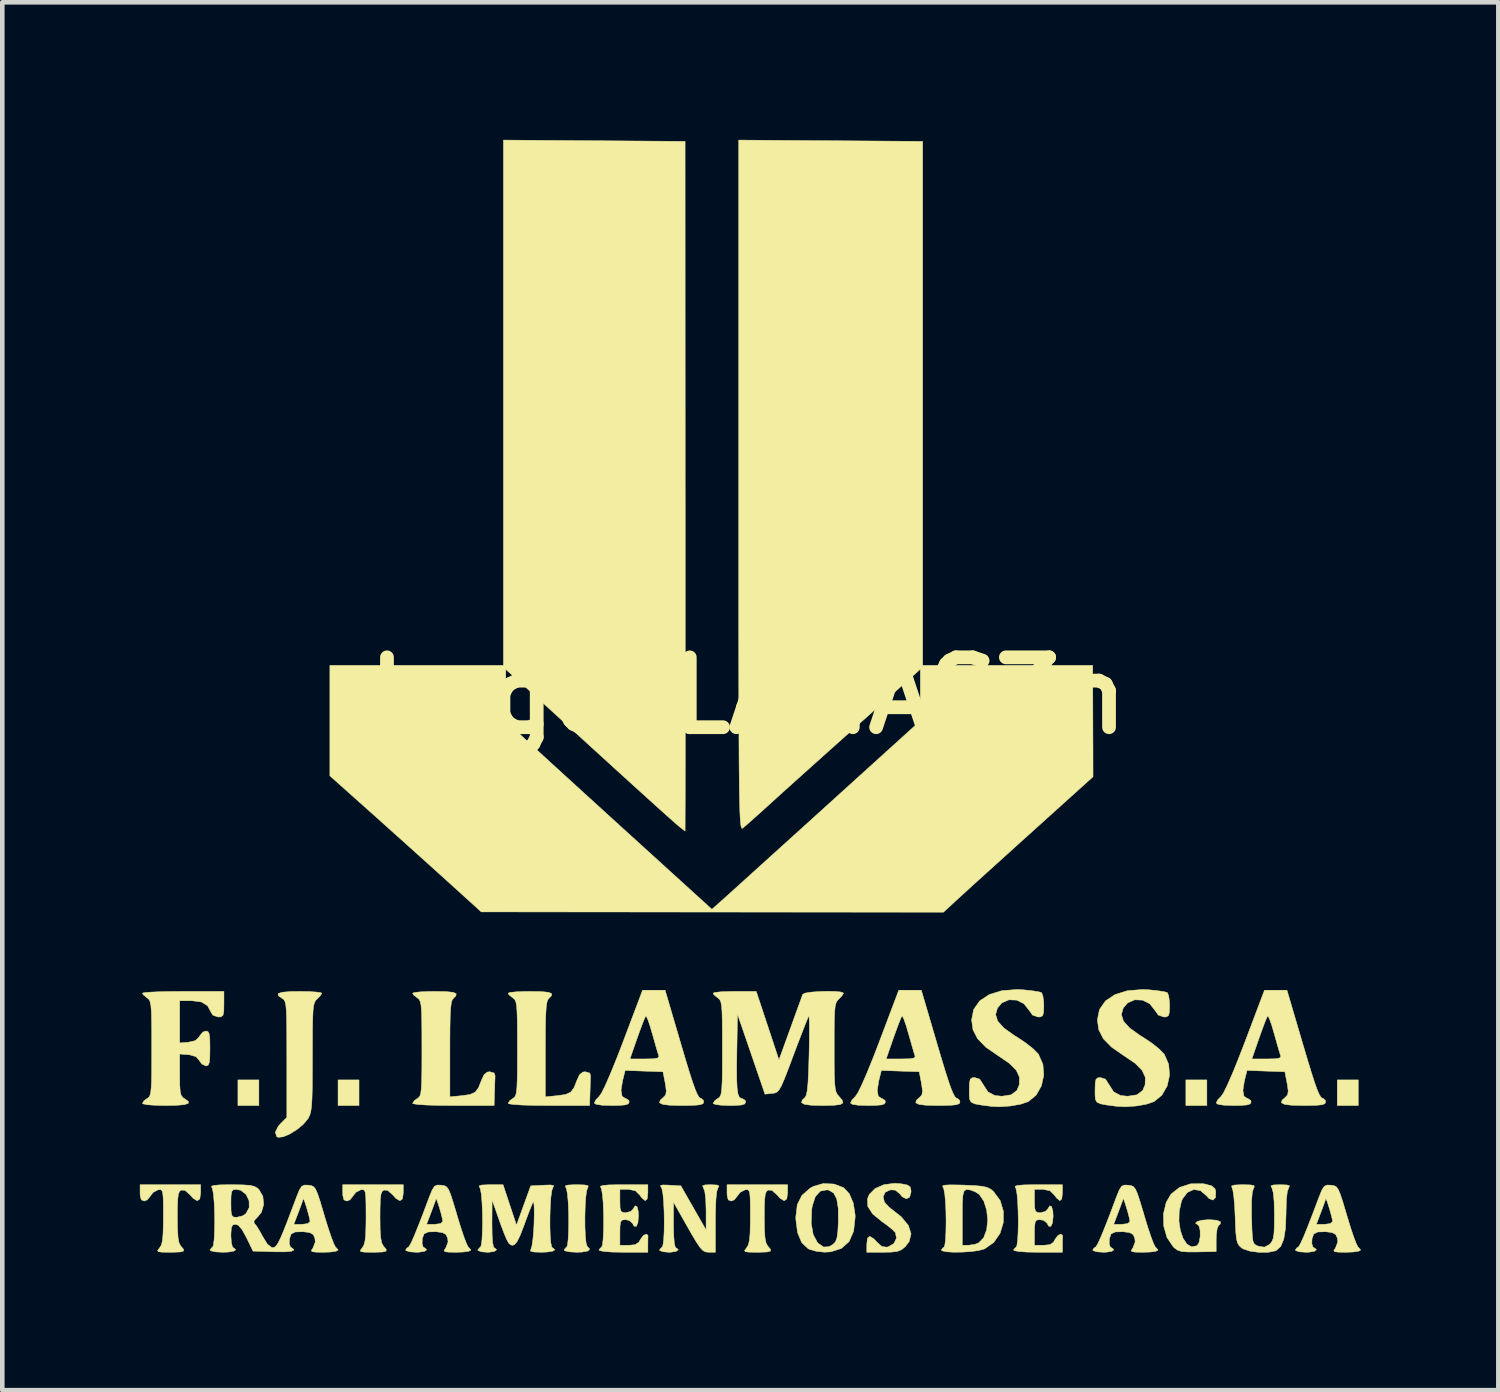
<source format=kicad_pcb>
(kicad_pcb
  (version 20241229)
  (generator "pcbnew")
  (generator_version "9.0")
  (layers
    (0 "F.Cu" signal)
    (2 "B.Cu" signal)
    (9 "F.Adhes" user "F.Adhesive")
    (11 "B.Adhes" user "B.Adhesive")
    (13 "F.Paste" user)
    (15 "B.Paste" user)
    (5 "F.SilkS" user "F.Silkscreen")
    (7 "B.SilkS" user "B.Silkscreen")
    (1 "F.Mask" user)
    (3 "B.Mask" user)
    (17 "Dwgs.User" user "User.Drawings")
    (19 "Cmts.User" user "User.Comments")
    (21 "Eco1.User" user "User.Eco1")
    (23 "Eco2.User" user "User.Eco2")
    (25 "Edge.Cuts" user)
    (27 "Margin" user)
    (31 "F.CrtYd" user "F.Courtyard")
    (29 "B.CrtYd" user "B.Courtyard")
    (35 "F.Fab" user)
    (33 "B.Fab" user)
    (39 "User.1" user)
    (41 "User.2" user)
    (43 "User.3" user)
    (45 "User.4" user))
  (footprint "LogoLLAMAS3n"
    (layer "F.Cu")
    (at 13.264 12.121)
    (property "Reference" "LogoLLAMAS3n" (at 0 0 0) (layer "F.SilkS") (effects (font (size 1.524 1.524) (thickness 0.3))))
    (attr through_hole)
    (fp_poly (pts (xy -10.668 8.941) (xy -11.125 8.941) (xy -11.125 8.382) (xy -10.668 8.382) (xy -10.668 8.941)) (stroke (width 0.01) (type solid)) (fill yes) (layer "F.SilkS"))
    (fp_poly (pts (xy -8.484 8.941) (xy -8.941 8.941) (xy -8.941 8.382) (xy -8.484 8.382) (xy -8.484 8.941)) (stroke (width 0.01) (type solid)) (fill yes) (layer "F.SilkS"))
    (fp_poly (pts (xy 10.008 8.941) (xy 9.55 8.941) (xy 9.55 8.382) (xy 10.008 8.382) (xy 10.008 8.941)) (stroke (width 0.01) (type solid)) (fill yes) (layer "F.SilkS"))
    (fp_poly (pts (xy 13.31 8.941) (xy 12.852 8.941) (xy 12.852 8.382) (xy 13.31 8.382) (xy 13.31 8.941)) (stroke (width 0.01) (type solid)) (fill yes) (layer "F.SilkS"))
    (fp_poly (pts (xy -3.568 10.672) (xy -3.49 10.688) (xy -3.486 10.718) (xy -3.495 10.729) (xy -3.52 10.802) (xy -3.539 10.95) (xy -3.551 11.146) (xy -3.557 11.368) (xy -3.556 11.59) (xy -3.547 11.787) (xy -3.532 11.936) (xy -3.509 12.011) (xy -3.505 12.014) (xy -3.452 12.071) (xy -3.493 12.114) (xy -3.622 12.137) (xy -3.734 12.141) (xy -3.887 12.133) (xy -3.988 12.111) (xy -4.013 12.09) (xy -3.975 12.041) (xy -3.962 12.04) (xy -3.939 11.993) (xy -3.923 11.868) (xy -3.913 11.687) (xy -3.91 11.474) (xy -3.913 11.251) (xy -3.922 11.043) (xy -3.938 10.87) (xy -3.959 10.757) (xy -3.973 10.729) (xy -3.986 10.694) (xy -3.928 10.675) (xy -3.787 10.668) (xy -3.734 10.668) (xy -3.568 10.672)) (stroke (width 0.01) (type solid)) (fill yes) (layer "F.SilkS"))
    (fp_poly (pts (xy 1.878 10.653) (xy 2.085 10.732) (xy 2.21 10.865) (xy 2.297 11.07) (xy 2.336 11.324) (xy 2.337 11.376) (xy 2.304 11.68) (xy 2.205 11.907) (xy 2.039 12.057) (xy 1.807 12.131) (xy 1.666 12.139) (xy 1.494 12.121) (xy 1.342 12.078) (xy 1.315 12.065) (xy 1.172 11.931) (xy 1.081 11.715) (xy 1.055 11.511) (xy 1.379 11.511) (xy 1.422 11.754) (xy 1.513 11.926) (xy 1.527 11.941) (xy 1.649 12.027) (xy 1.769 12.019) (xy 1.857 11.967) (xy 1.908 11.913) (xy 1.94 11.826) (xy 1.96 11.682) (xy 1.97 11.472) (xy 1.968 11.181) (xy 1.935 10.977) (xy 1.868 10.849) (xy 1.763 10.787) (xy 1.723 10.78) (xy 1.577 10.808) (xy 1.469 10.927) (xy 1.401 11.134) (xy 1.389 11.215) (xy 1.379 11.511) (xy 1.055 11.511) (xy 1.044 11.427) (xy 1.043 11.368) (xy 1.075 11.101) (xy 1.176 10.9) (xy 1.355 10.744) (xy 1.426 10.704) (xy 1.641 10.642) (xy 1.878 10.653)) (stroke (width 0.01) (type solid)) (fill yes) (layer "F.SilkS"))
    (fp_poly (pts (xy -11.938 10.846) (xy -11.957 10.979) (xy -12.013 11.018) (xy -12.103 10.962) (xy -12.169 10.888) (xy -12.28 10.79) (xy -12.362 10.785) (xy -12.399 10.813) (xy -12.424 10.876) (xy -12.438 10.992) (xy -12.445 11.178) (xy -12.446 11.374) (xy -12.442 11.641) (xy -12.43 11.824) (xy -12.408 11.939) (xy -12.373 12.004) (xy -12.37 12.007) (xy -12.311 12.075) (xy -12.313 12.116) (xy -12.388 12.135) (xy -12.548 12.141) (xy -12.606 12.141) (xy -12.775 12.139) (xy -12.86 12.129) (xy -12.877 12.104) (xy -12.843 12.057) (xy -12.835 12.048) (xy -12.797 11.988) (xy -12.772 11.893) (xy -12.758 11.745) (xy -12.752 11.524) (xy -12.751 11.359) (xy -12.751 11.106) (xy -12.756 10.937) (xy -12.767 10.837) (xy -12.788 10.788) (xy -12.822 10.775) (xy -12.865 10.779) (xy -12.974 10.835) (xy -13.03 10.909) (xy -13.101 10.998) (xy -13.169 11.024) (xy -13.232 10.998) (xy -13.257 10.905) (xy -13.259 10.846) (xy -13.259 10.668) (xy -11.938 10.668) (xy -11.938 10.846)) (stroke (width 0.01) (type solid)) (fill yes) (layer "F.SilkS"))
    (fp_poly (pts (xy -9.572 6.455) (xy -9.409 6.466) (xy -9.313 6.481) (xy -9.296 6.491) (xy -9.331 6.55) (xy -9.398 6.618) (xy -9.43 6.65) (xy -9.455 6.695) (xy -9.473 6.764) (xy -9.486 6.871) (xy -9.493 7.029) (xy -9.498 7.251) (xy -9.499 7.55) (xy -9.5 7.886) (xy -9.501 8.268) (xy -9.503 8.562) (xy -9.509 8.781) (xy -9.518 8.941) (xy -9.533 9.055) (xy -9.553 9.136) (xy -9.581 9.199) (xy -9.596 9.226) (xy -9.698 9.349) (xy -9.839 9.466) (xy -9.994 9.562) (xy -10.139 9.623) (xy -10.247 9.635) (xy -10.278 9.619) (xy -10.31 9.523) (xy -10.247 9.396) (xy -10.185 9.326) (xy -10.058 9.199) (xy -10.058 7.929) (xy -10.059 7.537) (xy -10.06 7.234) (xy -10.064 7.008) (xy -10.071 6.848) (xy -10.082 6.74) (xy -10.099 6.672) (xy -10.121 6.633) (xy -10.15 6.61) (xy -10.16 6.604) (xy -10.247 6.543) (xy -10.246 6.498) (xy -10.153 6.469) (xy -9.965 6.454) (xy -9.779 6.452) (xy -9.572 6.455)) (stroke (width 0.01) (type solid)) (fill yes) (layer "F.SilkS"))
    (fp_poly (pts (xy -7.518 10.846) (xy -7.537 10.979) (xy -7.593 11.018) (xy -7.684 10.962) (xy -7.75 10.888) (xy -7.86 10.79) (xy -7.942 10.785) (xy -7.98 10.813) (xy -8.005 10.876) (xy -8.019 10.992) (xy -8.025 11.178) (xy -8.026 11.374) (xy -8.023 11.641) (xy -8.011 11.824) (xy -7.988 11.939) (xy -7.953 12.004) (xy -7.95 12.007) (xy -7.892 12.075) (xy -7.893 12.116) (xy -7.968 12.135) (xy -8.128 12.141) (xy -8.187 12.141) (xy -8.356 12.139) (xy -8.44 12.129) (xy -8.457 12.104) (xy -8.423 12.057) (xy -8.415 12.048) (xy -8.378 11.988) (xy -8.353 11.893) (xy -8.338 11.745) (xy -8.332 11.524) (xy -8.331 11.359) (xy -8.332 11.106) (xy -8.336 10.937) (xy -8.347 10.837) (xy -8.368 10.788) (xy -8.402 10.775) (xy -8.445 10.779) (xy -8.554 10.835) (xy -8.61 10.909) (xy -8.682 10.998) (xy -8.75 11.024) (xy -8.813 10.998) (xy -8.837 10.905) (xy -8.839 10.846) (xy -8.839 10.668) (xy -7.518 10.668) (xy -7.518 10.846)) (stroke (width 0.01) (type solid)) (fill yes) (layer "F.SilkS"))
    (fp_poly (pts (xy 0.864 10.846) (xy 0.845 10.979) (xy 0.789 11.018) (xy 0.698 10.962) (xy 0.632 10.888) (xy 0.522 10.79) (xy 0.44 10.785) (xy 0.402 10.813) (xy 0.377 10.876) (xy 0.363 10.992) (xy 0.357 11.178) (xy 0.356 11.374) (xy 0.359 11.641) (xy 0.371 11.824) (xy 0.394 11.939) (xy 0.429 12.004) (xy 0.432 12.007) (xy 0.49 12.075) (xy 0.489 12.116) (xy 0.414 12.135) (xy 0.254 12.141) (xy 0.195 12.141) (xy 0.026 12.139) (xy -0.058 12.129) (xy -0.075 12.104) (xy -0.041 12.057) (xy -0.033 12.048) (xy 0.004 11.988) (xy 0.029 11.893) (xy 0.044 11.745) (xy 0.05 11.524) (xy 0.051 11.359) (xy 0.05 11.106) (xy 0.046 10.937) (xy 0.035 10.837) (xy 0.014 10.788) (xy -0.02 10.775) (xy -0.064 10.779) (xy -0.172 10.835) (xy -0.228 10.909) (xy -0.3 10.998) (xy -0.368 11.024) (xy -0.431 10.998) (xy -0.455 10.905) (xy -0.457 10.846) (xy -0.457 10.668) (xy 0.864 10.668) (xy 0.864 10.846)) (stroke (width 0.01) (type solid)) (fill yes) (layer "F.SilkS"))
    (fp_poly (pts (xy 3.337 10.647) (xy 3.474 10.674) (xy 3.538 10.716) (xy 3.555 10.795) (xy 3.556 10.826) (xy 3.525 10.94) (xy 3.451 10.975) (xy 3.359 10.927) (xy 3.312 10.868) (xy 3.213 10.786) (xy 3.109 10.779) (xy 2.994 10.83) (xy 2.948 10.928) (xy 2.974 11.046) (xy 3.075 11.156) (xy 3.078 11.159) (xy 3.338 11.363) (xy 3.498 11.556) (xy 3.556 11.738) (xy 3.515 11.908) (xy 3.431 12.017) (xy 3.351 12.084) (xy 3.258 12.122) (xy 3.122 12.138) (xy 2.949 12.141) (xy 2.591 12.141) (xy 2.591 11.963) (xy 2.607 11.832) (xy 2.657 11.794) (xy 2.746 11.849) (xy 2.813 11.92) (xy 2.916 12.013) (xy 3.019 12.03) (xy 3.061 12.022) (xy 3.181 11.951) (xy 3.238 11.835) (xy 3.216 11.715) (xy 3.153 11.648) (xy 3.034 11.552) (xy 2.922 11.472) (xy 2.718 11.305) (xy 2.613 11.141) (xy 2.606 10.976) (xy 2.645 10.88) (xy 2.771 10.752) (xy 2.964 10.667) (xy 3.196 10.637) (xy 3.337 10.647)) (stroke (width 0.01) (type solid)) (fill yes) (layer "F.SilkS"))
    (fp_poly (pts (xy -0.679 10.674) (xy -0.632 10.695) (xy -0.65 10.729) (xy -0.68 10.809) (xy -0.699 10.982) (xy -0.709 11.251) (xy -0.711 11.466) (xy -0.711 12.141) (xy -0.859 12.141) (xy -0.925 12.134) (xy -0.984 12.103) (xy -1.049 12.033) (xy -1.132 11.909) (xy -1.245 11.718) (xy -1.315 11.595) (xy -1.624 11.049) (xy -1.625 11.544) (xy -1.62 11.777) (xy -1.607 11.944) (xy -1.586 12.031) (xy -1.575 12.04) (xy -1.525 12.078) (xy -1.524 12.09) (xy -1.569 12.122) (xy -1.682 12.14) (xy -1.727 12.141) (xy -1.854 12.13) (xy -1.925 12.102) (xy -1.93 12.09) (xy -1.892 12.041) (xy -1.88 12.04) (xy -1.856 11.993) (xy -1.839 11.868) (xy -1.829 11.687) (xy -1.827 11.474) (xy -1.83 11.251) (xy -1.84 11.042) (xy -1.856 10.869) (xy -1.878 10.755) (xy -1.892 10.726) (xy -1.912 10.689) (xy -1.863 10.673) (xy -1.729 10.676) (xy -1.71 10.678) (xy -1.464 10.693) (xy -0.914 11.655) (xy -0.914 11.222) (xy -0.922 10.982) (xy -0.943 10.812) (xy -0.975 10.729) (xy -0.992 10.691) (xy -0.934 10.672) (xy -0.813 10.668) (xy -0.679 10.674)) (stroke (width 0.01) (type solid)) (fill yes) (layer "F.SilkS"))
    (fp_poly (pts (xy 9.972 10.654) (xy 10.115 10.694) (xy 10.184 10.753) (xy 10.202 10.815) (xy 10.196 10.949) (xy 10.14 11.003) (xy 10.054 10.969) (xy 10 10.909) (xy 9.868 10.796) (xy 9.722 10.773) (xy 9.584 10.835) (xy 9.476 10.977) (xy 9.454 11.03) (xy 9.405 11.245) (xy 9.399 11.463) (xy 9.43 11.667) (xy 9.49 11.84) (xy 9.575 11.965) (xy 9.678 12.023) (xy 9.792 11.998) (xy 9.797 11.995) (xy 9.84 11.922) (xy 9.862 11.799) (xy 9.861 11.668) (xy 9.836 11.569) (xy 9.809 11.542) (xy 9.76 11.507) (xy 9.795 11.471) (xy 9.895 11.443) (xy 10.043 11.43) (xy 10.061 11.43) (xy 10.225 11.443) (xy 10.307 11.477) (xy 10.299 11.528) (xy 10.262 11.557) (xy 10.233 11.622) (xy 10.215 11.754) (xy 10.211 11.857) (xy 10.211 12.126) (xy 9.802 12.134) (xy 9.593 12.134) (xy 9.457 12.124) (xy 9.367 12.095) (xy 9.296 12.043) (xy 9.273 12.02) (xy 9.138 11.819) (xy 9.067 11.57) (xy 9.061 11.304) (xy 9.121 11.052) (xy 9.227 10.872) (xy 9.413 10.726) (xy 9.654 10.648) (xy 9.923 10.646) (xy 9.972 10.654)) (stroke (width 0.01) (type solid)) (fill yes) (layer "F.SilkS"))
    (fp_poly (pts (xy 4.589 10.673) (xy 4.708 10.676) (xy 4.948 10.687) (xy 5.111 10.702) (xy 5.219 10.727) (xy 5.296 10.767) (xy 5.354 10.815) (xy 5.501 11.015) (xy 5.571 11.25) (xy 5.568 11.496) (xy 5.497 11.729) (xy 5.36 11.927) (xy 5.163 12.065) (xy 5.149 12.071) (xy 5.029 12.103) (xy 4.861 12.126) (xy 4.671 12.138) (xy 4.486 12.14) (xy 4.332 12.131) (xy 4.236 12.11) (xy 4.216 12.09) (xy 4.255 12.041) (xy 4.267 12.04) (xy 4.291 11.993) (xy 4.308 11.868) (xy 4.317 11.687) (xy 4.32 11.474) (xy 4.319 11.379) (xy 4.674 11.379) (xy 4.674 11.989) (xy 4.804 11.989) (xy 4.943 11.969) (xy 5.027 11.939) (xy 5.139 11.826) (xy 5.205 11.651) (xy 5.227 11.442) (xy 5.206 11.225) (xy 5.145 11.029) (xy 5.045 10.881) (xy 4.952 10.82) (xy 4.839 10.78) (xy 4.762 10.771) (xy 4.713 10.806) (xy 4.687 10.899) (xy 4.676 11.064) (xy 4.674 11.314) (xy 4.674 11.379) (xy 4.319 11.379) (xy 4.317 11.251) (xy 4.307 11.041) (xy 4.291 10.868) (xy 4.269 10.754) (xy 4.255 10.725) (xy 4.243 10.695) (xy 4.285 10.678) (xy 4.397 10.671) (xy 4.589 10.673)) (stroke (width 0.01) (type solid)) (fill yes) (layer "F.SilkS"))
    (fp_poly (pts (xy -6.587 6.456) (xy -6.435 6.471) (xy -6.365 6.5) (xy -6.37 6.547) (xy -6.426 6.604) (xy -6.453 6.641) (xy -6.472 6.712) (xy -6.486 6.829) (xy -6.495 7.004) (xy -6.5 7.252) (xy -6.502 7.584) (xy -6.502 7.709) (xy -6.502 8.751) (xy -6.245 8.726) (xy -6.063 8.7) (xy -5.95 8.649) (xy -5.877 8.551) (xy -5.818 8.401) (xy -5.757 8.267) (xy -5.685 8.211) (xy -5.631 8.204) (xy -5.535 8.232) (xy -5.516 8.293) (xy -5.52 8.393) (xy -5.525 8.551) (xy -5.529 8.661) (xy -5.537 8.941) (xy -6.426 8.941) (xy -6.751 8.938) (xy -7.012 8.93) (xy -7.198 8.918) (xy -7.3 8.902) (xy -7.315 8.892) (xy -7.276 8.832) (xy -7.214 8.788) (xy -7.179 8.765) (xy -7.154 8.728) (xy -7.136 8.663) (xy -7.124 8.557) (xy -7.117 8.396) (xy -7.113 8.166) (xy -7.112 7.854) (xy -7.112 7.695) (xy -7.113 7.344) (xy -7.115 7.081) (xy -7.12 6.892) (xy -7.13 6.764) (xy -7.146 6.682) (xy -7.168 6.632) (xy -7.199 6.602) (xy -7.214 6.592) (xy -7.293 6.528) (xy -7.315 6.49) (xy -7.268 6.474) (xy -7.141 6.461) (xy -6.957 6.453) (xy -6.833 6.452) (xy -6.587 6.456)) (stroke (width 0.01) (type solid)) (fill yes) (layer "F.SilkS"))
    (fp_poly (pts (xy -4.505 6.456) (xy -4.352 6.471) (xy -4.282 6.5) (xy -4.287 6.547) (xy -4.343 6.604) (xy -4.37 6.641) (xy -4.39 6.712) (xy -4.403 6.829) (xy -4.413 7.004) (xy -4.418 7.252) (xy -4.419 7.584) (xy -4.42 7.709) (xy -4.42 8.751) (xy -4.163 8.726) (xy -3.98 8.7) (xy -3.867 8.649) (xy -3.794 8.551) (xy -3.735 8.401) (xy -3.674 8.267) (xy -3.602 8.211) (xy -3.548 8.204) (xy -3.452 8.232) (xy -3.433 8.293) (xy -3.437 8.393) (xy -3.442 8.551) (xy -3.446 8.661) (xy -3.454 8.941) (xy -4.343 8.941) (xy -4.668 8.938) (xy -4.929 8.93) (xy -5.116 8.918) (xy -5.217 8.902) (xy -5.232 8.892) (xy -5.193 8.832) (xy -5.131 8.788) (xy -5.097 8.765) (xy -5.071 8.728) (xy -5.053 8.663) (xy -5.041 8.557) (xy -5.034 8.396) (xy -5.03 8.166) (xy -5.029 7.854) (xy -5.029 7.695) (xy -5.03 7.344) (xy -5.032 7.081) (xy -5.038 6.892) (xy -5.047 6.764) (xy -5.063 6.682) (xy -5.085 6.632) (xy -5.116 6.602) (xy -5.131 6.592) (xy -5.21 6.528) (xy -5.232 6.49) (xy -5.185 6.474) (xy -5.059 6.461) (xy -4.875 6.453) (xy -4.75 6.452) (xy -4.505 6.456)) (stroke (width 0.01) (type solid)) (fill yes) (layer "F.SilkS"))
    (fp_poly (pts (xy 11.753 10.673) (xy 11.811 10.692) (xy 11.796 10.729) (xy 11.796 10.729) (xy 11.763 10.816) (xy 11.743 10.996) (xy 11.735 11.26) (xy 11.735 11.29) (xy 11.723 11.619) (xy 11.685 11.857) (xy 11.618 12.016) (xy 11.52 12.103) (xy 11.504 12.11) (xy 11.344 12.142) (xy 11.145 12.143) (xy 10.95 12.117) (xy 10.798 12.067) (xy 10.763 12.044) (xy 10.71 11.995) (xy 10.675 11.933) (xy 10.652 11.838) (xy 10.638 11.69) (xy 10.628 11.469) (xy 10.625 11.371) (xy 10.614 11.135) (xy 10.596 10.934) (xy 10.575 10.79) (xy 10.556 10.732) (xy 10.547 10.695) (xy 10.607 10.675) (xy 10.751 10.668) (xy 10.795 10.668) (xy 10.957 10.672) (xy 11.034 10.686) (xy 11.043 10.717) (xy 11.028 10.739) (xy 10.999 10.833) (xy 10.983 11.025) (xy 10.982 11.315) (xy 10.984 11.385) (xy 10.991 11.634) (xy 11 11.8) (xy 11.015 11.902) (xy 11.042 11.959) (xy 11.085 11.99) (xy 11.136 12.01) (xy 11.261 12.03) (xy 11.364 11.977) (xy 11.378 11.965) (xy 11.424 11.912) (xy 11.454 11.84) (xy 11.472 11.729) (xy 11.479 11.556) (xy 11.481 11.331) (xy 11.475 11.041) (xy 11.456 10.841) (xy 11.426 10.737) (xy 11.42 10.729) (xy 11.404 10.692) (xy 11.462 10.673) (xy 11.608 10.668) (xy 11.608 10.668) (xy 11.753 10.673)) (stroke (width 0.01) (type solid)) (fill yes) (layer "F.SilkS"))
    (fp_poly (pts (xy -2.184 10.846) (xy -2.199 10.98) (xy -2.243 11.016) (xy -2.316 10.955) (xy -2.358 10.897) (xy -2.456 10.8) (xy -2.6 10.77) (xy -2.617 10.77) (xy -2.794 10.77) (xy -2.794 11.024) (xy -2.79 11.174) (xy -2.769 11.249) (xy -2.718 11.275) (xy -2.665 11.278) (xy -2.557 11.251) (xy -2.508 11.201) (xy -2.461 11.128) (xy -2.42 11.146) (xy -2.394 11.245) (xy -2.388 11.354) (xy -2.402 11.5) (xy -2.437 11.576) (xy -2.484 11.572) (xy -2.522 11.506) (xy -2.59 11.447) (xy -2.672 11.43) (xy -2.742 11.438) (xy -2.778 11.479) (xy -2.792 11.577) (xy -2.794 11.709) (xy -2.794 11.989) (xy -2.599 11.989) (xy -2.46 11.975) (xy -2.381 11.922) (xy -2.344 11.858) (xy -2.285 11.777) (xy -2.221 11.744) (xy -2.182 11.771) (xy -2.181 11.8) (xy -2.183 11.873) (xy -2.184 11.989) (xy -2.184 12.141) (xy -2.718 12.141) (xy -2.962 12.137) (xy -3.14 12.124) (xy -3.237 12.104) (xy -3.251 12.09) (xy -3.213 12.041) (xy -3.2 12.04) (xy -3.177 11.993) (xy -3.161 11.868) (xy -3.151 11.687) (xy -3.148 11.474) (xy -3.151 11.251) (xy -3.16 11.043) (xy -3.176 10.87) (xy -3.197 10.757) (xy -3.211 10.729) (xy -3.217 10.701) (xy -3.161 10.683) (xy -3.032 10.672) (xy -2.816 10.668) (xy -2.728 10.668) (xy -2.184 10.668) (xy -2.184 10.846)) (stroke (width 0.01) (type solid)) (fill yes) (layer "F.SilkS"))
    (fp_poly (pts (xy 6.858 10.846) (xy 6.843 10.98) (xy 6.8 11.016) (xy 6.727 10.955) (xy 6.685 10.897) (xy 6.587 10.8) (xy 6.443 10.77) (xy 6.425 10.77) (xy 6.248 10.77) (xy 6.248 11.024) (xy 6.252 11.174) (xy 6.273 11.249) (xy 6.324 11.275) (xy 6.377 11.278) (xy 6.485 11.251) (xy 6.535 11.201) (xy 6.582 11.128) (xy 6.622 11.146) (xy 6.649 11.245) (xy 6.655 11.354) (xy 6.641 11.5) (xy 6.605 11.576) (xy 6.558 11.572) (xy 6.521 11.506) (xy 6.453 11.447) (xy 6.37 11.43) (xy 6.3 11.438) (xy 6.264 11.479) (xy 6.25 11.577) (xy 6.248 11.709) (xy 6.248 11.989) (xy 6.443 11.989) (xy 6.583 11.975) (xy 6.662 11.922) (xy 6.698 11.858) (xy 6.757 11.777) (xy 6.822 11.744) (xy 6.86 11.771) (xy 6.862 11.8) (xy 6.859 11.873) (xy 6.858 11.989) (xy 6.858 12.141) (xy 6.325 12.141) (xy 6.08 12.137) (xy 5.903 12.124) (xy 5.806 12.104) (xy 5.791 12.09) (xy 5.83 12.041) (xy 5.842 12.04) (xy 5.865 11.993) (xy 5.882 11.868) (xy 5.891 11.687) (xy 5.895 11.474) (xy 5.891 11.251) (xy 5.882 11.043) (xy 5.867 10.87) (xy 5.846 10.757) (xy 5.832 10.729) (xy 5.826 10.701) (xy 5.881 10.683) (xy 6.011 10.672) (xy 6.226 10.668) (xy 6.314 10.668) (xy 6.858 10.668) (xy 6.858 10.846)) (stroke (width 0.01) (type solid)) (fill yes) (layer "F.SilkS"))
    (fp_poly (pts (xy 6.007 6.417) (xy 6.188 6.436) (xy 6.33 6.458) (xy 6.401 6.477) (xy 6.43 6.542) (xy 6.449 6.673) (xy 6.452 6.759) (xy 6.447 6.909) (xy 6.426 6.983) (xy 6.374 7.008) (xy 6.327 7.01) (xy 6.206 6.968) (xy 6.136 6.871) (xy 6.019 6.721) (xy 5.862 6.642) (xy 5.692 6.635) (xy 5.537 6.702) (xy 5.441 6.814) (xy 5.401 6.956) (xy 5.445 7.099) (xy 5.579 7.249) (xy 5.807 7.412) (xy 5.868 7.449) (xy 6.053 7.572) (xy 6.217 7.701) (xy 6.327 7.812) (xy 6.337 7.826) (xy 6.432 8.041) (xy 6.451 8.279) (xy 6.399 8.512) (xy 6.285 8.714) (xy 6.112 8.856) (xy 6.111 8.856) (xy 5.945 8.912) (xy 5.723 8.951) (xy 5.489 8.968) (xy 5.309 8.959) (xy 5.086 8.93) (xy 4.945 8.904) (xy 4.867 8.867) (xy 4.833 8.805) (xy 4.826 8.707) (xy 4.826 8.608) (xy 4.83 8.449) (xy 4.848 8.366) (xy 4.891 8.335) (xy 4.947 8.331) (xy 5.055 8.367) (xy 5.132 8.486) (xy 5.233 8.643) (xy 5.383 8.722) (xy 5.537 8.738) (xy 5.738 8.707) (xy 5.865 8.612) (xy 5.917 8.487) (xy 5.921 8.324) (xy 5.852 8.173) (xy 5.7 8.02) (xy 5.459 7.856) (xy 5.459 7.856) (xy 5.188 7.669) (xy 5.007 7.484) (xy 4.907 7.288) (xy 4.877 7.074) (xy 4.922 6.845) (xy 5.053 6.659) (xy 5.26 6.521) (xy 5.534 6.436) (xy 5.865 6.41) (xy 6.007 6.417)) (stroke (width 0.01) (type solid)) (fill yes) (layer "F.SilkS"))
    (fp_poly (pts (xy 8.75 6.417) (xy 8.932 6.436) (xy 9.074 6.458) (xy 9.144 6.477) (xy 9.174 6.542) (xy 9.192 6.673) (xy 9.195 6.759) (xy 9.19 6.909) (xy 9.169 6.983) (xy 9.117 7.008) (xy 9.071 7.01) (xy 8.949 6.968) (xy 8.88 6.871) (xy 8.762 6.721) (xy 8.605 6.642) (xy 8.435 6.635) (xy 8.28 6.702) (xy 8.184 6.814) (xy 8.144 6.956) (xy 8.188 7.099) (xy 8.322 7.249) (xy 8.55 7.412) (xy 8.611 7.449) (xy 8.797 7.572) (xy 8.96 7.701) (xy 9.071 7.812) (xy 9.081 7.826) (xy 9.175 8.041) (xy 9.194 8.279) (xy 9.143 8.512) (xy 9.028 8.714) (xy 8.855 8.856) (xy 8.854 8.856) (xy 8.689 8.912) (xy 8.467 8.951) (xy 8.232 8.968) (xy 8.052 8.959) (xy 7.829 8.93) (xy 7.688 8.904) (xy 7.61 8.867) (xy 7.576 8.805) (xy 7.569 8.707) (xy 7.569 8.608) (xy 7.573 8.449) (xy 7.591 8.366) (xy 7.634 8.335) (xy 7.69 8.331) (xy 7.798 8.367) (xy 7.875 8.486) (xy 7.976 8.643) (xy 8.127 8.722) (xy 8.28 8.738) (xy 8.482 8.707) (xy 8.608 8.612) (xy 8.661 8.487) (xy 8.665 8.324) (xy 8.595 8.173) (xy 8.444 8.02) (xy 8.202 7.856) (xy 8.202 7.856) (xy 7.931 7.669) (xy 7.75 7.484) (xy 7.65 7.288) (xy 7.62 7.074) (xy 7.666 6.845) (xy 7.797 6.659) (xy 8.003 6.521) (xy 8.277 6.436) (xy 8.608 6.41) (xy 8.75 6.417)) (stroke (width 0.01) (type solid)) (fill yes) (layer "F.SilkS"))
    (fp_poly (pts (xy -6.691 10.678) (xy -6.627 10.687) (xy -6.578 10.711) (xy -6.535 10.765) (xy -6.491 10.865) (xy -6.438 11.026) (xy -6.366 11.264) (xy -6.34 11.354) (xy -6.266 11.597) (xy -6.197 11.803) (xy -6.14 11.952) (xy -6.102 12.026) (xy -6.096 12.031) (xy -6.047 12.084) (xy -6.045 12.095) (xy -6.091 12.119) (xy -6.212 12.136) (xy -6.358 12.141) (xy -6.527 12.139) (xy -6.611 12.128) (xy -6.629 12.103) (xy -6.597 12.055) (xy -6.594 12.052) (xy -6.542 11.918) (xy -6.55 11.836) (xy -6.587 11.754) (xy -6.663 11.712) (xy -6.804 11.693) (xy -6.976 11.698) (xy -7.066 11.741) (xy -7.068 11.744) (xy -7.103 11.843) (xy -7.108 11.952) (xy -7.085 12.027) (xy -7.061 12.04) (xy -7.012 12.078) (xy -7.01 12.09) (xy -7.056 12.121) (xy -7.171 12.139) (xy -7.239 12.141) (xy -7.375 12.131) (xy -7.457 12.106) (xy -7.468 12.09) (xy -7.432 12.041) (xy -7.42 12.04) (xy -7.392 12.014) (xy -7.346 11.932) (xy -7.281 11.786) (xy -7.192 11.566) (xy -7.178 11.532) (xy -7.01 11.532) (xy -6.832 11.532) (xy -6.705 11.515) (xy -6.656 11.47) (xy -6.656 11.468) (xy -6.668 11.399) (xy -6.697 11.284) (xy -6.735 11.154) (xy -6.772 11.041) (xy -6.797 10.976) (xy -6.804 10.973) (xy -6.822 11.031) (xy -6.867 11.153) (xy -6.909 11.265) (xy -7.01 11.532) (xy -7.178 11.532) (xy -7.075 11.266) (xy -6.952 10.937) (xy -6.889 10.783) (xy -6.838 10.702) (xy -6.775 10.675) (xy -6.691 10.678)) (stroke (width 0.01) (type solid)) (fill yes) (layer "F.SilkS"))
    (fp_poly (pts (xy 8.295 10.678) (xy 8.359 10.687) (xy 8.408 10.711) (xy 8.451 10.765) (xy 8.495 10.865) (xy 8.548 11.026) (xy 8.62 11.264) (xy 8.646 11.354) (xy 8.72 11.597) (xy 8.789 11.803) (xy 8.846 11.952) (xy 8.884 12.026) (xy 8.89 12.031) (xy 8.939 12.084) (xy 8.941 12.095) (xy 8.895 12.119) (xy 8.774 12.136) (xy 8.628 12.141) (xy 8.459 12.139) (xy 8.375 12.128) (xy 8.357 12.103) (xy 8.389 12.055) (xy 8.392 12.052) (xy 8.444 11.918) (xy 8.436 11.836) (xy 8.399 11.754) (xy 8.323 11.712) (xy 8.182 11.693) (xy 8.01 11.698) (xy 7.92 11.741) (xy 7.918 11.744) (xy 7.883 11.843) (xy 7.878 11.952) (xy 7.901 12.027) (xy 7.925 12.04) (xy 7.974 12.078) (xy 7.976 12.09) (xy 7.93 12.121) (xy 7.815 12.139) (xy 7.747 12.141) (xy 7.611 12.131) (xy 7.529 12.106) (xy 7.518 12.09) (xy 7.554 12.041) (xy 7.566 12.04) (xy 7.594 12.014) (xy 7.64 11.932) (xy 7.705 11.786) (xy 7.794 11.566) (xy 7.808 11.532) (xy 7.976 11.532) (xy 8.154 11.532) (xy 8.281 11.515) (xy 8.33 11.47) (xy 8.33 11.468) (xy 8.318 11.399) (xy 8.289 11.284) (xy 8.251 11.154) (xy 8.214 11.041) (xy 8.189 10.976) (xy 8.182 10.973) (xy 8.164 11.031) (xy 8.119 11.153) (xy 8.077 11.265) (xy 7.976 11.532) (xy 7.808 11.532) (xy 7.911 11.266) (xy 8.034 10.937) (xy 8.097 10.783) (xy 8.148 10.702) (xy 8.211 10.675) (xy 8.295 10.678)) (stroke (width 0.01) (type solid)) (fill yes) (layer "F.SilkS"))
    (fp_poly (pts (xy 12.715 10.678) (xy 12.779 10.687) (xy 12.828 10.711) (xy 12.87 10.765) (xy 12.914 10.865) (xy 12.968 11.026) (xy 13.039 11.264) (xy 13.066 11.354) (xy 13.14 11.597) (xy 13.209 11.803) (xy 13.266 11.952) (xy 13.304 12.026) (xy 13.31 12.031) (xy 13.359 12.084) (xy 13.36 12.095) (xy 13.314 12.119) (xy 13.194 12.136) (xy 13.048 12.141) (xy 12.879 12.139) (xy 12.794 12.128) (xy 12.776 12.103) (xy 12.808 12.055) (xy 12.811 12.052) (xy 12.863 11.918) (xy 12.855 11.836) (xy 12.818 11.754) (xy 12.742 11.712) (xy 12.601 11.693) (xy 12.429 11.698) (xy 12.34 11.741) (xy 12.338 11.744) (xy 12.302 11.843) (xy 12.297 11.952) (xy 12.321 12.027) (xy 12.344 12.04) (xy 12.394 12.078) (xy 12.395 12.09) (xy 12.35 12.121) (xy 12.235 12.139) (xy 12.167 12.141) (xy 12.03 12.131) (xy 11.948 12.106) (xy 11.938 12.09) (xy 11.974 12.041) (xy 11.985 12.04) (xy 12.014 12.014) (xy 12.059 11.932) (xy 12.125 11.786) (xy 12.214 11.566) (xy 12.227 11.532) (xy 12.396 11.532) (xy 12.573 11.532) (xy 12.701 11.515) (xy 12.75 11.47) (xy 12.75 11.468) (xy 12.738 11.399) (xy 12.708 11.284) (xy 12.67 11.154) (xy 12.634 11.041) (xy 12.608 10.976) (xy 12.602 10.973) (xy 12.583 11.031) (xy 12.539 11.153) (xy 12.497 11.265) (xy 12.396 11.532) (xy 12.227 11.532) (xy 12.33 11.266) (xy 12.454 10.937) (xy 12.516 10.783) (xy 12.568 10.702) (xy 12.631 10.675) (xy 12.715 10.678)) (stroke (width 0.01) (type solid)) (fill yes) (layer "F.SilkS"))
    (fp_poly (pts (xy -1.491 7.503) (xy -1.375 7.896) (xy -1.282 8.202) (xy -1.208 8.431) (xy -1.15 8.593) (xy -1.104 8.699) (xy -1.066 8.76) (xy -1.032 8.785) (xy -1.014 8.788) (xy -0.971 8.83) (xy -0.965 8.865) (xy -0.982 8.901) (xy -1.046 8.924) (xy -1.172 8.936) (xy -1.378 8.941) (xy -1.448 8.941) (xy -1.701 8.935) (xy -1.86 8.916) (xy -1.929 8.88) (xy -1.916 8.826) (xy -1.845 8.762) (xy -1.795 8.708) (xy -1.782 8.625) (xy -1.801 8.482) (xy -1.806 8.452) (xy -1.854 8.204) (xy -2.267 8.19) (xy -2.679 8.175) (xy -2.736 8.402) (xy -2.769 8.607) (xy -2.747 8.738) (xy -2.671 8.788) (xy -2.662 8.788) (xy -2.599 8.829) (xy -2.591 8.865) (xy -2.611 8.905) (xy -2.683 8.928) (xy -2.826 8.939) (xy -2.972 8.941) (xy -3.185 8.934) (xy -3.315 8.913) (xy -3.353 8.885) (xy -3.317 8.815) (xy -3.248 8.745) (xy -3.195 8.668) (xy -3.113 8.504) (xy -3.007 8.262) (xy -2.88 7.951) (xy -2.869 7.925) (xy -2.575 7.925) (xy -2.247 7.925) (xy -2.068 7.921) (xy -1.973 7.906) (xy -1.943 7.875) (xy -1.948 7.851) (xy -1.974 7.769) (xy -2.018 7.618) (xy -2.072 7.426) (xy -2.089 7.368) (xy -2.143 7.185) (xy -2.19 7.052) (xy -2.223 6.989) (xy -2.23 6.988) (xy -2.258 7.046) (xy -2.31 7.177) (xy -2.377 7.359) (xy -2.417 7.471) (xy -2.575 7.925) (xy -2.869 7.925) (xy -2.736 7.581) (xy -2.722 7.544) (xy -2.3 6.426) (xy -1.808 6.426) (xy -1.491 7.503)) (stroke (width 0.01) (type solid)) (fill yes) (layer "F.SilkS"))
    (fp_poly (pts (xy 4.097 7.503) (xy 4.213 7.896) (xy 4.306 8.202) (xy 4.38 8.431) (xy 4.438 8.593) (xy 4.484 8.699) (xy 4.522 8.76) (xy 4.556 8.785) (xy 4.574 8.788) (xy 4.617 8.83) (xy 4.623 8.865) (xy 4.606 8.901) (xy 4.542 8.924) (xy 4.416 8.936) (xy 4.21 8.941) (xy 4.14 8.941) (xy 3.887 8.935) (xy 3.728 8.916) (xy 3.659 8.88) (xy 3.672 8.826) (xy 3.743 8.762) (xy 3.793 8.708) (xy 3.806 8.625) (xy 3.787 8.482) (xy 3.782 8.452) (xy 3.734 8.204) (xy 3.321 8.19) (xy 2.909 8.175) (xy 2.852 8.402) (xy 2.819 8.607) (xy 2.841 8.738) (xy 2.917 8.788) (xy 2.926 8.788) (xy 2.989 8.829) (xy 2.997 8.865) (xy 2.977 8.905) (xy 2.905 8.928) (xy 2.762 8.939) (xy 2.616 8.941) (xy 2.403 8.934) (xy 2.273 8.913) (xy 2.235 8.885) (xy 2.271 8.815) (xy 2.34 8.745) (xy 2.393 8.668) (xy 2.475 8.504) (xy 2.581 8.262) (xy 2.708 7.951) (xy 2.719 7.925) (xy 3.013 7.925) (xy 3.341 7.925) (xy 3.52 7.921) (xy 3.615 7.906) (xy 3.645 7.875) (xy 3.64 7.851) (xy 3.614 7.769) (xy 3.57 7.618) (xy 3.516 7.426) (xy 3.499 7.368) (xy 3.445 7.185) (xy 3.398 7.052) (xy 3.365 6.989) (xy 3.358 6.988) (xy 3.33 7.046) (xy 3.278 7.177) (xy 3.211 7.359) (xy 3.171 7.471) (xy 3.013 7.925) (xy 2.719 7.925) (xy 2.852 7.581) (xy 2.866 7.544) (xy 3.288 6.426) (xy 3.78 6.426) (xy 4.097 7.503)) (stroke (width 0.01) (type solid)) (fill yes) (layer "F.SilkS"))
    (fp_poly (pts (xy 12.072 7.503) (xy 12.189 7.896) (xy 12.282 8.202) (xy 12.355 8.431) (xy 12.413 8.593) (xy 12.459 8.699) (xy 12.498 8.76) (xy 12.532 8.785) (xy 12.549 8.788) (xy 12.593 8.83) (xy 12.598 8.865) (xy 12.581 8.901) (xy 12.518 8.924) (xy 12.392 8.936) (xy 12.186 8.941) (xy 12.116 8.941) (xy 11.862 8.935) (xy 11.704 8.916) (xy 11.634 8.88) (xy 11.647 8.826) (xy 11.719 8.762) (xy 11.769 8.708) (xy 11.782 8.625) (xy 11.763 8.482) (xy 11.757 8.452) (xy 11.709 8.204) (xy 11.297 8.19) (xy 10.884 8.175) (xy 10.827 8.402) (xy 10.794 8.607) (xy 10.817 8.738) (xy 10.892 8.788) (xy 10.902 8.788) (xy 10.965 8.829) (xy 10.973 8.865) (xy 10.953 8.905) (xy 10.881 8.928) (xy 10.738 8.939) (xy 10.592 8.941) (xy 10.379 8.934) (xy 10.249 8.913) (xy 10.211 8.885) (xy 10.247 8.815) (xy 10.315 8.745) (xy 10.369 8.668) (xy 10.45 8.504) (xy 10.557 8.262) (xy 10.684 7.951) (xy 10.694 7.925) (xy 10.989 7.925) (xy 11.317 7.925) (xy 11.495 7.921) (xy 11.59 7.906) (xy 11.62 7.875) (xy 11.616 7.851) (xy 11.589 7.769) (xy 11.545 7.618) (xy 11.491 7.426) (xy 11.475 7.368) (xy 11.421 7.185) (xy 11.374 7.052) (xy 11.341 6.989) (xy 11.334 6.988) (xy 11.305 7.046) (xy 11.253 7.177) (xy 11.186 7.359) (xy 11.147 7.471) (xy 10.989 7.925) (xy 10.694 7.925) (xy 10.828 7.581) (xy 10.842 7.544) (xy 11.264 6.426) (xy 11.755 6.426) (xy 12.072 7.503)) (stroke (width 0.01) (type solid)) (fill yes) (layer "F.SilkS"))
    (fp_poly (pts (xy -11.43 6.731) (xy -11.433 6.891) (xy -11.451 6.974) (xy -11.494 7.006) (xy -11.554 7.01) (xy -11.67 6.971) (xy -11.709 6.909) (xy -11.788 6.763) (xy -11.922 6.682) (xy -12.128 6.655) (xy -12.145 6.655) (xy -12.395 6.655) (xy -12.395 7.575) (xy -12.205 7.56) (xy -12.055 7.526) (xy -11.973 7.448) (xy -11.964 7.429) (xy -11.892 7.341) (xy -11.824 7.315) (xy -11.778 7.328) (xy -11.751 7.379) (xy -11.738 7.491) (xy -11.735 7.681) (xy -11.735 7.696) (xy -11.738 7.893) (xy -11.75 8.008) (xy -11.776 8.063) (xy -11.821 8.077) (xy -11.824 8.077) (xy -11.912 8.035) (xy -11.964 7.963) (xy -12.037 7.876) (xy -12.173 7.836) (xy -12.205 7.833) (xy -12.395 7.817) (xy -12.395 8.276) (xy -12.393 8.497) (xy -12.383 8.639) (xy -12.361 8.723) (xy -12.322 8.77) (xy -12.294 8.788) (xy -12.207 8.849) (xy -12.206 8.893) (xy -12.296 8.922) (xy -12.479 8.937) (xy -12.7 8.941) (xy -12.925 8.936) (xy -13.095 8.924) (xy -13.192 8.905) (xy -13.208 8.892) (xy -13.168 8.832) (xy -13.106 8.788) (xy -13.072 8.765) (xy -13.047 8.728) (xy -13.028 8.663) (xy -13.017 8.557) (xy -13.009 8.396) (xy -13.006 8.166) (xy -13.005 7.854) (xy -13.005 7.695) (xy -13.005 7.344) (xy -13.008 7.081) (xy -13.013 6.892) (xy -13.023 6.764) (xy -13.039 6.682) (xy -13.061 6.632) (xy -13.092 6.602) (xy -13.106 6.592) (xy -13.186 6.528) (xy -13.208 6.49) (xy -13.16 6.478) (xy -13.026 6.467) (xy -12.824 6.458) (xy -12.569 6.453) (xy -12.319 6.452) (xy -11.43 6.452) (xy -11.43 6.731)) (stroke (width 0.01) (type solid)) (fill yes) (layer "F.SilkS"))
    (fp_poly (pts (xy -5.196 11.109) (xy -5.049 11.549) (xy -4.894 11.121) (xy -4.739 10.693) (xy -4.465 10.678) (xy -4.31 10.673) (xy -4.242 10.684) (xy -4.244 10.715) (xy -4.255 10.726) (xy -4.279 10.798) (xy -4.299 10.941) (xy -4.312 11.133) (xy -4.319 11.351) (xy -4.32 11.573) (xy -4.314 11.774) (xy -4.301 11.932) (xy -4.281 12.025) (xy -4.267 12.04) (xy -4.218 12.078) (xy -4.216 12.09) (xy -4.262 12.118) (xy -4.381 12.136) (xy -4.502 12.141) (xy -4.664 12.136) (xy -4.739 12.119) (xy -4.742 12.086) (xy -4.735 12.078) (xy -4.712 12.002) (xy -4.69 11.85) (xy -4.673 11.647) (xy -4.666 11.498) (xy -4.662 11.291) (xy -4.665 11.135) (xy -4.674 11.049) (xy -4.685 11.041) (xy -4.717 11.113) (xy -4.774 11.255) (xy -4.845 11.443) (xy -4.881 11.544) (xy -4.968 11.769) (xy -5.036 11.908) (xy -5.094 11.976) (xy -5.133 11.989) (xy -5.176 11.98) (xy -5.216 11.945) (xy -5.26 11.869) (xy -5.316 11.738) (xy -5.391 11.539) (xy -5.483 11.278) (xy -5.581 10.998) (xy -5.584 11.519) (xy -5.581 11.761) (xy -5.569 11.935) (xy -5.549 12.028) (xy -5.537 12.04) (xy -5.488 12.078) (xy -5.486 12.09) (xy -5.531 12.122) (xy -5.644 12.14) (xy -5.69 12.141) (xy -5.817 12.13) (xy -5.888 12.102) (xy -5.893 12.09) (xy -5.854 12.041) (xy -5.842 12.04) (xy -5.819 11.993) (xy -5.802 11.868) (xy -5.793 11.687) (xy -5.789 11.474) (xy -5.793 11.251) (xy -5.802 11.043) (xy -5.817 10.87) (xy -5.838 10.757) (xy -5.852 10.729) (xy -5.866 10.694) (xy -5.808 10.675) (xy -5.666 10.668) (xy -5.628 10.668) (xy -5.342 10.668) (xy -5.196 11.109)) (stroke (width 0.01) (type solid)) (fill yes) (layer "F.SilkS"))
    (fp_poly (pts (xy 1.893 6.452) (xy 2.022 6.464) (xy 2.081 6.486) (xy 2.083 6.491) (xy 2.048 6.55) (xy 1.981 6.618) (xy 1.946 6.654) (xy 1.92 6.704) (xy 1.901 6.781) (xy 1.89 6.901) (xy 1.883 7.078) (xy 1.88 7.327) (xy 1.88 7.663) (xy 1.88 7.67) (xy 1.88 8.008) (xy 1.883 8.26) (xy 1.89 8.439) (xy 1.902 8.562) (xy 1.92 8.643) (xy 1.947 8.697) (xy 1.981 8.738) (xy 2.057 8.825) (xy 2.07 8.884) (xy 2.011 8.919) (xy 1.869 8.936) (xy 1.637 8.941) (xy 1.626 8.941) (xy 1.38 8.935) (xy 1.229 8.914) (xy 1.167 8.876) (xy 1.186 8.818) (xy 1.24 8.769) (xy 1.268 8.722) (xy 1.29 8.625) (xy 1.307 8.465) (xy 1.32 8.23) (xy 1.33 7.908) (xy 1.332 7.837) (xy 1.337 7.554) (xy 1.339 7.312) (xy 1.338 7.127) (xy 1.333 7.014) (xy 1.327 6.988) (xy 1.301 7.042) (xy 1.247 7.175) (xy 1.17 7.372) (xy 1.077 7.615) (xy 0.993 7.838) (xy 0.881 8.136) (xy 0.797 8.352) (xy 0.734 8.499) (xy 0.683 8.592) (xy 0.637 8.644) (xy 0.589 8.667) (xy 0.532 8.676) (xy 0.528 8.677) (xy 0.37 8.692) (xy 0.071 7.82) (xy -0.229 6.948) (xy -0.243 7.754) (xy -0.248 8.109) (xy -0.246 8.374) (xy -0.237 8.563) (xy -0.219 8.686) (xy -0.191 8.756) (xy -0.151 8.785) (xy -0.126 8.788) (xy -0.06 8.829) (xy -0.051 8.865) (xy -0.072 8.906) (xy -0.147 8.93) (xy -0.295 8.94) (xy -0.406 8.941) (xy -0.582 8.934) (xy -0.709 8.918) (xy -0.762 8.894) (xy -0.762 8.892) (xy -0.722 8.832) (xy -0.66 8.788) (xy -0.626 8.765) (xy -0.601 8.728) (xy -0.582 8.663) (xy -0.571 8.557) (xy -0.563 8.396) (xy -0.56 8.166) (xy -0.559 7.854) (xy -0.559 7.695) (xy -0.559 7.344) (xy -0.562 7.081) (xy -0.567 6.892) (xy -0.577 6.764) (xy -0.593 6.682) (xy -0.615 6.632) (xy -0.646 6.602) (xy -0.66 6.592) (xy -0.74 6.528) (xy -0.762 6.49) (xy -0.715 6.473) (xy -0.589 6.46) (xy -0.405 6.453) (xy -0.291 6.452) (xy 0.18 6.452) (xy 0.428 7.199) (xy 0.675 7.946) (xy 0.923 7.262) (xy 1.013 7.013) (xy 1.092 6.794) (xy 1.153 6.627) (xy 1.188 6.529) (xy 1.193 6.515) (xy 1.248 6.488) (xy 1.374 6.468) (xy 1.541 6.455) (xy 1.724 6.449) (xy 1.893 6.452)) (stroke (width 0.01) (type solid)) (fill yes) (layer "F.SilkS"))
    (fp_poly (pts (xy 1.803 -12.102) (xy 3.81 -12.088) (xy 3.81 -0.66) (xy 7.518 -0.66) (xy 7.52 -0.051) (xy 7.521 0.273) (xy 7.522 0.641) (xy 7.523 0.995) (xy 7.524 1.164) (xy 7.525 1.77) (xy 6.214 2.952) (xy 5.89 3.244) (xy 5.576 3.528) (xy 5.284 3.792) (xy 5.024 4.027) (xy 4.809 4.222) (xy 4.651 4.367) (xy 4.583 4.429) (xy 4.263 4.724) (xy -5.817 4.718) (xy -6.556 4.048) (xy -6.826 3.804) (xy -7.147 3.515) (xy -7.494 3.203) (xy -7.84 2.893) (xy -8.161 2.605) (xy -8.207 2.564) (xy -9.119 1.75) (xy -9.119 -0.66) (xy -7.226 -0.66) (xy -5.334 -0.66) (xy -5.334 -6.388) (xy -5.334 -12.116) (xy -3.353 -12.102) (xy -1.372 -12.088) (xy -1.37 -5.765) (xy -1.37 -4.958) (xy -1.369 -4.171) (xy -1.369 -3.411) (xy -1.369 -2.684) (xy -1.369 -1.997) (xy -1.369 -1.358) (xy -1.369 -0.773) (xy -1.369 -0.25) (xy -1.368 0.206) (xy -1.368 0.586) (xy -1.368 0.884) (xy -1.368 1.094) (xy -1.368 1.194) (xy -1.368 1.512) (xy -1.369 1.864) (xy -1.369 2.199) (xy -1.37 2.392) (xy -1.372 2.955) (xy -1.492 2.862) (xy -1.563 2.802) (xy -1.704 2.677) (xy -1.912 2.491) (xy -2.18 2.249) (xy -2.506 1.954) (xy -2.884 1.61) (xy -3.31 1.222) (xy -3.779 0.794) (xy -4.288 0.329) (xy -4.369 0.255) (xy -4.575 0.066) (xy -4.777 -0.117) (xy -4.95 -0.273) (xy -5.067 -0.379) (xy -5.283 -0.571) (xy -5.283 0.551) (xy -5.016 0.805) (xy -4.927 0.888) (xy -4.771 1.032) (xy -4.556 1.23) (xy -4.291 1.473) (xy -3.983 1.754) (xy -3.641 2.066) (xy -3.274 2.4) (xy -2.889 2.751) (xy -2.769 2.86) (xy -0.787 4.661) (xy -0.584 4.481) (xy -0.508 4.413) (xy -0.365 4.283) (xy -0.162 4.1) (xy 0.093 3.869) (xy 0.393 3.598) (xy 0.729 3.294) (xy 1.095 2.963) (xy 1.482 2.613) (xy 1.689 2.425) (xy 3.759 0.55) (xy 3.759 -0.577) (xy 3.645 -0.474) (xy 3.58 -0.416) (xy 3.449 -0.299) (xy 3.263 -0.133) (xy 3.03 0.075) (xy 2.762 0.314) (xy 2.468 0.577) (xy 2.286 0.739) (xy 1.955 1.035) (xy 1.622 1.333) (xy 1.301 1.621) (xy 1.007 1.885) (xy 0.754 2.113) (xy 0.558 2.29) (xy 0.508 2.336) (xy 0.308 2.517) (xy 0.129 2.677) (xy -0.012 2.803) (xy -0.101 2.879) (xy -0.114 2.89) (xy -0.126 2.896) (xy -0.137 2.891) (xy -0.147 2.869) (xy -0.156 2.827) (xy -0.164 2.76) (xy -0.171 2.663) (xy -0.177 2.53) (xy -0.182 2.358) (xy -0.187 2.142) (xy -0.19 1.877) (xy -0.194 1.557) (xy -0.196 1.179) (xy -0.198 0.738) (xy -0.2 0.229) (xy -0.201 -0.354) (xy -0.202 -1.014) (xy -0.203 -1.756) (xy -0.203 -2.585) (xy -0.203 -3.507) (xy -0.203 -4.525) (xy -0.203 -4.578) (xy -0.203 -12.116) (xy 1.803 -12.102)) (stroke (width 0.01) (type solid)) (fill yes) (layer "F.SilkS"))
    (fp_poly (pts (xy -11.026 10.671) (xy -10.869 10.681) (xy -10.767 10.704) (xy -10.698 10.743) (xy -10.668 10.77) (xy -10.581 10.919) (xy -10.563 11.099) (xy -10.612 11.27) (xy -10.695 11.371) (xy -10.773 11.452) (xy -10.772 11.504) (xy -10.77 11.506) (xy -10.719 11.567) (xy -10.644 11.689) (xy -10.59 11.789) (xy -10.484 11.962) (xy -10.39 12.036) (xy -10.366 12.04) (xy -10.329 12.032) (xy -10.292 12.002) (xy -10.249 11.939) (xy -10.196 11.831) (xy -10.126 11.667) (xy -10.073 11.532) (xy -9.906 11.532) (xy -9.728 11.532) (xy -9.601 11.515) (xy -9.551 11.47) (xy -9.551 11.468) (xy -9.563 11.399) (xy -9.593 11.284) (xy -9.631 11.154) (xy -9.667 11.041) (xy -9.693 10.976) (xy -9.699 10.973) (xy -9.718 11.031) (xy -9.762 11.153) (xy -9.804 11.265) (xy -9.906 11.532) (xy -10.073 11.532) (xy -10.035 11.435) (xy -9.918 11.125) (xy -9.847 10.937) (xy -9.785 10.783) (xy -9.733 10.702) (xy -9.671 10.675) (xy -9.587 10.678) (xy -9.523 10.687) (xy -9.473 10.711) (xy -9.431 10.765) (xy -9.387 10.865) (xy -9.333 11.026) (xy -9.262 11.264) (xy -9.236 11.354) (xy -9.161 11.597) (xy -9.092 11.803) (xy -9.035 11.952) (xy -8.997 12.026) (xy -8.992 12.031) (xy -8.942 12.084) (xy -8.941 12.095) (xy -8.987 12.119) (xy -9.107 12.136) (xy -9.253 12.141) (xy -9.422 12.139) (xy -9.507 12.128) (xy -9.525 12.103) (xy -9.493 12.055) (xy -9.49 12.052) (xy -9.438 11.918) (xy -9.446 11.836) (xy -9.483 11.754) (xy -9.559 11.712) (xy -9.7 11.693) (xy -9.872 11.698) (xy -9.962 11.741) (xy -9.964 11.744) (xy -9.999 11.843) (xy -10.004 11.952) (xy -9.98 12.027) (xy -9.957 12.04) (xy -9.908 12.079) (xy -9.906 12.092) (xy -9.955 12.119) (xy -10.097 12.132) (xy -10.324 12.131) (xy -10.351 12.13) (xy -10.795 12.116) (xy -10.937 11.824) (xy -11.036 11.644) (xy -11.119 11.551) (xy -11.178 11.532) (xy -11.238 11.546) (xy -11.268 11.604) (xy -11.277 11.732) (xy -11.278 11.786) (xy -11.268 11.93) (xy -11.245 12.022) (xy -11.227 12.04) (xy -11.177 12.078) (xy -11.176 12.09) (xy -11.222 12.118) (xy -11.34 12.137) (xy -11.455 12.141) (xy -11.608 12.133) (xy -11.71 12.111) (xy -11.735 12.09) (xy -11.696 12.041) (xy -11.684 12.04) (xy -11.661 11.993) (xy -11.644 11.868) (xy -11.635 11.687) (xy -11.631 11.474) (xy -11.635 11.251) (xy -11.642 11.074) (xy -11.278 11.074) (xy -11.275 11.243) (xy -11.26 11.335) (xy -11.223 11.372) (xy -11.156 11.379) (xy -11.154 11.379) (xy -11.024 11.347) (xy -10.951 11.299) (xy -10.879 11.167) (xy -10.882 11.017) (xy -10.946 10.881) (xy -11.06 10.79) (xy -11.158 10.77) (xy -11.225 10.777) (xy -11.26 10.816) (xy -11.275 10.909) (xy -11.278 11.074) (xy -11.642 11.074) (xy -11.644 11.043) (xy -11.659 10.87) (xy -11.68 10.757) (xy -11.694 10.729) (xy -11.701 10.7) (xy -11.645 10.682) (xy -11.514 10.671) (xy -11.295 10.668) (xy -11.262 10.668) (xy -11.026 10.671)) (stroke (width 0.01) (type solid)) (fill yes) (layer "F.SilkS")))
  (gr_rect
    (start -3 -3)
    (end 29.629 27.269)
    (stroke (width 0.1) (type default))
    (fill no)
    (layer "Edge.Cuts")))
</source>
